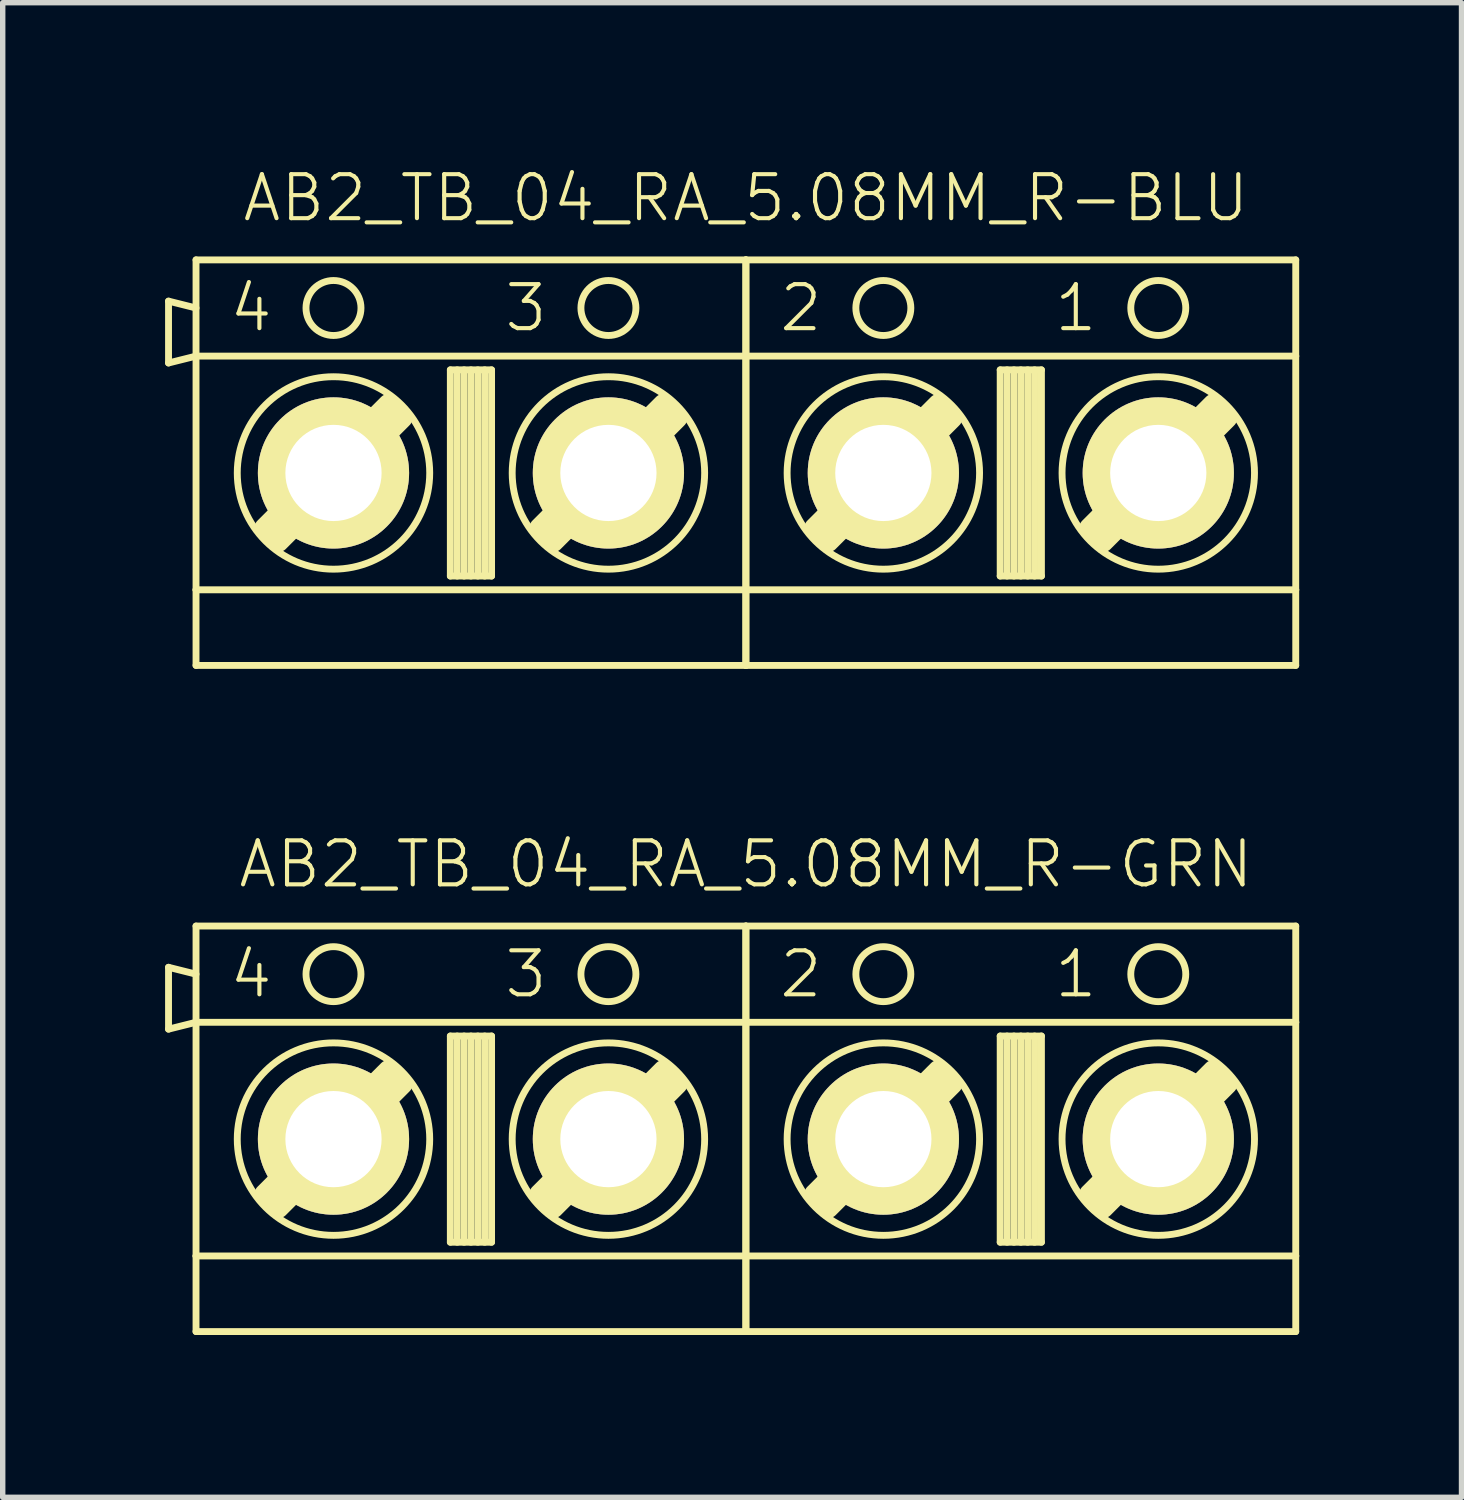
<source format=kicad_pcb>
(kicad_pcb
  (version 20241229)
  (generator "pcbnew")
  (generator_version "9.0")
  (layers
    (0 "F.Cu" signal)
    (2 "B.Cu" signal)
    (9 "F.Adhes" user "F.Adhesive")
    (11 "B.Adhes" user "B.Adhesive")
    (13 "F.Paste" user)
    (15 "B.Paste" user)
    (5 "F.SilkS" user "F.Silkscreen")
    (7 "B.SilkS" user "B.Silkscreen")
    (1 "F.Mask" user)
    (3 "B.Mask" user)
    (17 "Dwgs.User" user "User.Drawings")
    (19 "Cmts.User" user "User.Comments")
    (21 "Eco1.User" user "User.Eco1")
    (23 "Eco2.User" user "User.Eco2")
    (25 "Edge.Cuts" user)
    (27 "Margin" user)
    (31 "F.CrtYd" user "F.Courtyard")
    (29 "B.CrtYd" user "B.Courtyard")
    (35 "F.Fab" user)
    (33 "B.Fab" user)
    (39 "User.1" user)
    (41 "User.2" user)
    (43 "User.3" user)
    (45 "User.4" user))
  (footprint "AB2_TB_04_RA_5.08MM_R-GRN"
    (layer "F.Cu")
    (at 10.732 17.998)
    (property "Reference" "AB2_TB_04_RA_5.08MM_R-GRN" (at 0 -5.08 0) (layer "F.SilkS") (effects (font (size 0.813 0.813) (thickness 0.076))))
    (attr through_hole)
    (fp_line (start -10.668 -3.175) (end -10.16 -3.048) (stroke (width 0.127) (type solid)) (layer "F.SilkS"))
    (fp_line (start -10.668 -2.032) (end -10.668 -3.175) (stroke (width 0.127) (type solid)) (layer "F.SilkS"))
    (fp_line (start -10.16 -3.937) (end 0 -3.937) (stroke (width 0.127) (type solid)) (layer "F.SilkS"))
    (fp_line (start -10.16 -2.159) (end -10.668 -2.032) (stroke (width 0.127) (type solid)) (layer "F.SilkS"))
    (fp_line (start -10.16 -2.159) (end -10.16 -3.937) (stroke (width 0.127) (type solid)) (layer "F.SilkS"))
    (fp_line (start -10.16 -2.159) (end 0 -2.159) (stroke (width 0.127) (type solid)) (layer "F.SilkS"))
    (fp_line (start -10.16 2.159) (end -10.16 -2.159) (stroke (width 0.127) (type solid)) (layer "F.SilkS"))
    (fp_line (start -10.16 2.159) (end -10.16 3.556) (stroke (width 0.127) (type solid)) (layer "F.SilkS"))
    (fp_line (start -10.16 3.556) (end 0 3.556) (stroke (width 0.127) (type solid)) (layer "F.SilkS"))
    (fp_line (start -8.89 1.016) (end -6.604 -1.27) (stroke (width 0.381) (type solid)) (layer "F.SilkS"))
    (fp_line (start -8.763 1.143) (end -6.477 -1.143) (stroke (width 0.381) (type solid)) (layer "F.SilkS"))
    (fp_line (start -6.35 -1.016) (end -8.636 1.27) (stroke (width 0.381) (type solid)) (layer "F.SilkS"))
    (fp_line (start -5.461 -1.905) (end -4.699 -1.905) (stroke (width 0.127) (type solid)) (layer "F.SilkS"))
    (fp_line (start -5.461 1.905) (end -5.461 -1.905) (stroke (width 0.127) (type solid)) (layer "F.SilkS"))
    (fp_line (start -5.334 -1.905) (end -5.334 1.905) (stroke (width 0.127) (type solid)) (layer "F.SilkS"))
    (fp_line (start -5.207 -1.905) (end -5.207 1.905) (stroke (width 0.127) (type solid)) (layer "F.SilkS"))
    (fp_line (start -5.08 -1.905) (end -5.08 1.905) (stroke (width 0.127) (type solid)) (layer "F.SilkS"))
    (fp_line (start -4.953 -1.905) (end -4.953 1.905) (stroke (width 0.127) (type solid)) (layer "F.SilkS"))
    (fp_line (start -4.826 -1.905) (end -4.826 1.905) (stroke (width 0.127) (type solid)) (layer "F.SilkS"))
    (fp_line (start -4.699 -1.905) (end -4.699 1.905) (stroke (width 0.127) (type solid)) (layer "F.SilkS"))
    (fp_line (start -4.699 1.905) (end -5.461 1.905) (stroke (width 0.127) (type solid)) (layer "F.SilkS"))
    (fp_line (start -3.81 1.016) (end -1.524 -1.27) (stroke (width 0.381) (type solid)) (layer "F.SilkS"))
    (fp_line (start -3.683 1.143) (end -1.397 -1.143) (stroke (width 0.381) (type solid)) (layer "F.SilkS"))
    (fp_line (start -1.27 -1.016) (end -3.556 1.27) (stroke (width 0.381) (type solid)) (layer "F.SilkS"))
    (fp_line (start 0 -3.937) (end 0 -2.159) (stroke (width 0.127) (type solid)) (layer "F.SilkS"))
    (fp_line (start 0 -3.937) (end 10.16 -3.937) (stroke (width 0.127) (type solid)) (layer "F.SilkS"))
    (fp_line (start 0 -2.159) (end 0 -3.937) (stroke (width 0.127) (type solid)) (layer "F.SilkS"))
    (fp_line (start 0 -2.159) (end 0 2.159) (stroke (width 0.127) (type solid)) (layer "F.SilkS"))
    (fp_line (start 0 -2.159) (end 10.16 -2.159) (stroke (width 0.127) (type solid)) (layer "F.SilkS"))
    (fp_line (start 0 2.159) (end -10.16 2.159) (stroke (width 0.127) (type solid)) (layer "F.SilkS"))
    (fp_line (start 0 2.159) (end 0 -2.159) (stroke (width 0.127) (type solid)) (layer "F.SilkS"))
    (fp_line (start 0 2.159) (end 0 3.556) (stroke (width 0.127) (type solid)) (layer "F.SilkS"))
    (fp_line (start 0 3.556) (end 0 2.159) (stroke (width 0.127) (type solid)) (layer "F.SilkS"))
    (fp_line (start 0 3.556) (end 10.16 3.556) (stroke (width 0.127) (type solid)) (layer "F.SilkS"))
    (fp_line (start 1.27 1.016) (end 3.556 -1.27) (stroke (width 0.381) (type solid)) (layer "F.SilkS"))
    (fp_line (start 1.397 1.143) (end 3.683 -1.143) (stroke (width 0.381) (type solid)) (layer "F.SilkS"))
    (fp_line (start 3.81 -1.016) (end 1.524 1.27) (stroke (width 0.381) (type solid)) (layer "F.SilkS"))
    (fp_line (start 4.699 -1.905) (end 5.461 -1.905) (stroke (width 0.127) (type solid)) (layer "F.SilkS"))
    (fp_line (start 4.699 1.905) (end 4.699 -1.905) (stroke (width 0.127) (type solid)) (layer "F.SilkS"))
    (fp_line (start 4.826 -1.905) (end 4.826 1.905) (stroke (width 0.127) (type solid)) (layer "F.SilkS"))
    (fp_line (start 4.953 -1.905) (end 4.953 1.905) (stroke (width 0.127) (type solid)) (layer "F.SilkS"))
    (fp_line (start 5.08 -1.905) (end 5.08 1.905) (stroke (width 0.127) (type solid)) (layer "F.SilkS"))
    (fp_line (start 5.207 -1.905) (end 5.207 1.905) (stroke (width 0.127) (type solid)) (layer "F.SilkS"))
    (fp_line (start 5.334 -1.905) (end 5.334 1.905) (stroke (width 0.127) (type solid)) (layer "F.SilkS"))
    (fp_line (start 5.461 -1.905) (end 5.461 1.905) (stroke (width 0.127) (type solid)) (layer "F.SilkS"))
    (fp_line (start 5.461 1.905) (end 4.699 1.905) (stroke (width 0.127) (type solid)) (layer "F.SilkS"))
    (fp_line (start 6.35 1.016) (end 8.636 -1.27) (stroke (width 0.381) (type solid)) (layer "F.SilkS"))
    (fp_line (start 6.477 1.143) (end 8.763 -1.143) (stroke (width 0.381) (type solid)) (layer "F.SilkS"))
    (fp_line (start 8.89 -1.016) (end 6.604 1.27) (stroke (width 0.381) (type solid)) (layer "F.SilkS"))
    (fp_line (start 10.16 -3.937) (end 10.16 -2.159) (stroke (width 0.127) (type solid)) (layer "F.SilkS"))
    (fp_line (start 10.16 -2.159) (end 10.16 2.159) (stroke (width 0.127) (type solid)) (layer "F.SilkS"))
    (fp_line (start 10.16 2.159) (end 0 2.159) (stroke (width 0.127) (type solid)) (layer "F.SilkS"))
    (fp_line (start 10.16 3.556) (end 10.16 2.159) (stroke (width 0.127) (type solid)) (layer "F.SilkS"))
    (fp_circle (center -7.62 -3.048) (end -7.62 -3.556) (stroke (width 0.127) (type solid)) (fill no) (layer "F.SilkS"))
    (fp_circle (center -7.62 0) (end -7.62 -1.778) (stroke (width 0.127) (type solid)) (fill no) (layer "F.SilkS"))
    (fp_circle (center -2.54 -3.048) (end -2.54 -3.556) (stroke (width 0.127) (type solid)) (fill no) (layer "F.SilkS"))
    (fp_circle (center -2.54 0) (end -2.54 -1.778) (stroke (width 0.127) (type solid)) (fill no) (layer "F.SilkS"))
    (fp_circle (center 2.54 -3.048) (end 2.54 -3.556) (stroke (width 0.127) (type solid)) (fill no) (layer "F.SilkS"))
    (fp_circle (center 2.54 0) (end 2.54 -1.778) (stroke (width 0.127) (type solid)) (fill no) (layer "F.SilkS"))
    (fp_circle (center 7.62 -3.048) (end 7.62 -3.556) (stroke (width 0.127) (type solid)) (fill no) (layer "F.SilkS"))
    (fp_circle (center 7.62 0) (end 7.62 -1.778) (stroke (width 0.127) (type solid)) (fill no) (layer "F.SilkS"))
    (fp_text user "4" (at -9.144 -3.048 0) (layer "F.SilkS") (effects (font (size 0.813 0.813) (thickness 0.076))))
    (fp_text user "3" (at -4.064 -3.048 0) (layer "F.SilkS") (effects (font (size 0.813 0.813) (thickness 0.076))))
    (fp_text user "2" (at 1.016 -3.048 0) (layer "F.SilkS") (effects (font (size 0.813 0.813) (thickness 0.076))))
    (fp_text user "1" (at 6.096 -3.048 0) (layer "F.SilkS") (effects (font (size 0.813 0.813) (thickness 0.076))))
    (pad "1" thru_hole circle (at 7.62 0) (size 2.794 2.794) (drill 1.778) (layers "*.Cu" "*.Mask" "F.SilkS"))
    (pad "2" thru_hole circle (at 2.54 0) (size 2.794 2.794) (drill 1.778) (layers "*.Cu" "*.Mask" "F.SilkS"))
    (pad "3" thru_hole circle (at -2.54 0) (size 2.794 2.794) (drill 1.778) (layers "*.Cu" "*.Mask" "F.SilkS"))
    (pad "4" thru_hole circle (at -7.62 0) (size 2.794 2.794) (drill 1.778) (layers "*.Cu" "*.Mask" "F.SilkS")))
  (footprint "AB2_TB_04_RA_5.08MM_R-BLU"
    (layer "F.Cu")
    (at 10.732 5.689)
    (property "Reference" "AB2_TB_04_RA_5.08MM_R-BLU" (at 0 -5.08 0) (layer "F.SilkS") (effects (font (size 0.813 0.813) (thickness 0.076))))
    (attr through_hole)
    (fp_line (start -10.668 -3.175) (end -10.16 -3.048) (stroke (width 0.127) (type solid)) (layer "F.SilkS"))
    (fp_line (start -10.668 -2.032) (end -10.668 -3.175) (stroke (width 0.127) (type solid)) (layer "F.SilkS"))
    (fp_line (start -10.16 -3.937) (end 0 -3.937) (stroke (width 0.127) (type solid)) (layer "F.SilkS"))
    (fp_line (start -10.16 -2.159) (end -10.668 -2.032) (stroke (width 0.127) (type solid)) (layer "F.SilkS"))
    (fp_line (start -10.16 -2.159) (end -10.16 -3.937) (stroke (width 0.127) (type solid)) (layer "F.SilkS"))
    (fp_line (start -10.16 -2.159) (end 0 -2.159) (stroke (width 0.127) (type solid)) (layer "F.SilkS"))
    (fp_line (start -10.16 2.159) (end -10.16 -2.159) (stroke (width 0.127) (type solid)) (layer "F.SilkS"))
    (fp_line (start -10.16 2.159) (end -10.16 3.556) (stroke (width 0.127) (type solid)) (layer "F.SilkS"))
    (fp_line (start -10.16 3.556) (end 0 3.556) (stroke (width 0.127) (type solid)) (layer "F.SilkS"))
    (fp_line (start -8.89 1.016) (end -6.604 -1.27) (stroke (width 0.381) (type solid)) (layer "F.SilkS"))
    (fp_line (start -8.763 1.143) (end -6.477 -1.143) (stroke (width 0.381) (type solid)) (layer "F.SilkS"))
    (fp_line (start -6.35 -1.016) (end -8.636 1.27) (stroke (width 0.381) (type solid)) (layer "F.SilkS"))
    (fp_line (start -5.461 -1.905) (end -4.699 -1.905) (stroke (width 0.127) (type solid)) (layer "F.SilkS"))
    (fp_line (start -5.461 1.905) (end -5.461 -1.905) (stroke (width 0.127) (type solid)) (layer "F.SilkS"))
    (fp_line (start -5.334 -1.905) (end -5.334 1.905) (stroke (width 0.127) (type solid)) (layer "F.SilkS"))
    (fp_line (start -5.207 -1.905) (end -5.207 1.905) (stroke (width 0.127) (type solid)) (layer "F.SilkS"))
    (fp_line (start -5.08 -1.905) (end -5.08 1.905) (stroke (width 0.127) (type solid)) (layer "F.SilkS"))
    (fp_line (start -4.953 -1.905) (end -4.953 1.905) (stroke (width 0.127) (type solid)) (layer "F.SilkS"))
    (fp_line (start -4.826 -1.905) (end -4.826 1.905) (stroke (width 0.127) (type solid)) (layer "F.SilkS"))
    (fp_line (start -4.699 -1.905) (end -4.699 1.905) (stroke (width 0.127) (type solid)) (layer "F.SilkS"))
    (fp_line (start -4.699 1.905) (end -5.461 1.905) (stroke (width 0.127) (type solid)) (layer "F.SilkS"))
    (fp_line (start -3.81 1.016) (end -1.524 -1.27) (stroke (width 0.381) (type solid)) (layer "F.SilkS"))
    (fp_line (start -3.683 1.143) (end -1.397 -1.143) (stroke (width 0.381) (type solid)) (layer "F.SilkS"))
    (fp_line (start -1.27 -1.016) (end -3.556 1.27) (stroke (width 0.381) (type solid)) (layer "F.SilkS"))
    (fp_line (start 0 -3.937) (end 0 -2.159) (stroke (width 0.127) (type solid)) (layer "F.SilkS"))
    (fp_line (start 0 -3.937) (end 10.16 -3.937) (stroke (width 0.127) (type solid)) (layer "F.SilkS"))
    (fp_line (start 0 -2.159) (end 0 -3.937) (stroke (width 0.127) (type solid)) (layer "F.SilkS"))
    (fp_line (start 0 -2.159) (end 0 2.159) (stroke (width 0.127) (type solid)) (layer "F.SilkS"))
    (fp_line (start 0 -2.159) (end 10.16 -2.159) (stroke (width 0.127) (type solid)) (layer "F.SilkS"))
    (fp_line (start 0 2.159) (end -10.16 2.159) (stroke (width 0.127) (type solid)) (layer "F.SilkS"))
    (fp_line (start 0 2.159) (end 0 -2.159) (stroke (width 0.127) (type solid)) (layer "F.SilkS"))
    (fp_line (start 0 2.159) (end 0 3.556) (stroke (width 0.127) (type solid)) (layer "F.SilkS"))
    (fp_line (start 0 3.556) (end 0 2.159) (stroke (width 0.127) (type solid)) (layer "F.SilkS"))
    (fp_line (start 0 3.556) (end 10.16 3.556) (stroke (width 0.127) (type solid)) (layer "F.SilkS"))
    (fp_line (start 1.27 1.016) (end 3.556 -1.27) (stroke (width 0.381) (type solid)) (layer "F.SilkS"))
    (fp_line (start 1.397 1.143) (end 3.683 -1.143) (stroke (width 0.381) (type solid)) (layer "F.SilkS"))
    (fp_line (start 3.81 -1.016) (end 1.524 1.27) (stroke (width 0.381) (type solid)) (layer "F.SilkS"))
    (fp_line (start 4.699 -1.905) (end 5.461 -1.905) (stroke (width 0.127) (type solid)) (layer "F.SilkS"))
    (fp_line (start 4.699 1.905) (end 4.699 -1.905) (stroke (width 0.127) (type solid)) (layer "F.SilkS"))
    (fp_line (start 4.826 -1.905) (end 4.826 1.905) (stroke (width 0.127) (type solid)) (layer "F.SilkS"))
    (fp_line (start 4.953 -1.905) (end 4.953 1.905) (stroke (width 0.127) (type solid)) (layer "F.SilkS"))
    (fp_line (start 5.08 -1.905) (end 5.08 1.905) (stroke (width 0.127) (type solid)) (layer "F.SilkS"))
    (fp_line (start 5.207 -1.905) (end 5.207 1.905) (stroke (width 0.127) (type solid)) (layer "F.SilkS"))
    (fp_line (start 5.334 -1.905) (end 5.334 1.905) (stroke (width 0.127) (type solid)) (layer "F.SilkS"))
    (fp_line (start 5.461 -1.905) (end 5.461 1.905) (stroke (width 0.127) (type solid)) (layer "F.SilkS"))
    (fp_line (start 5.461 1.905) (end 4.699 1.905) (stroke (width 0.127) (type solid)) (layer "F.SilkS"))
    (fp_line (start 6.35 1.016) (end 8.636 -1.27) (stroke (width 0.381) (type solid)) (layer "F.SilkS"))
    (fp_line (start 6.477 1.143) (end 8.763 -1.143) (stroke (width 0.381) (type solid)) (layer "F.SilkS"))
    (fp_line (start 8.89 -1.016) (end 6.604 1.27) (stroke (width 0.381) (type solid)) (layer "F.SilkS"))
    (fp_line (start 10.16 -3.937) (end 10.16 -2.159) (stroke (width 0.127) (type solid)) (layer "F.SilkS"))
    (fp_line (start 10.16 -2.159) (end 10.16 2.159) (stroke (width 0.127) (type solid)) (layer "F.SilkS"))
    (fp_line (start 10.16 2.159) (end 0 2.159) (stroke (width 0.127) (type solid)) (layer "F.SilkS"))
    (fp_line (start 10.16 3.556) (end 10.16 2.159) (stroke (width 0.127) (type solid)) (layer "F.SilkS"))
    (fp_circle (center -7.62 -3.048) (end -7.62 -3.556) (stroke (width 0.127) (type solid)) (fill no) (layer "F.SilkS"))
    (fp_circle (center -7.62 0) (end -7.62 -1.778) (stroke (width 0.127) (type solid)) (fill no) (layer "F.SilkS"))
    (fp_circle (center -2.54 -3.048) (end -2.54 -3.556) (stroke (width 0.127) (type solid)) (fill no) (layer "F.SilkS"))
    (fp_circle (center -2.54 0) (end -2.54 -1.778) (stroke (width 0.127) (type solid)) (fill no) (layer "F.SilkS"))
    (fp_circle (center 2.54 -3.048) (end 2.54 -3.556) (stroke (width 0.127) (type solid)) (fill no) (layer "F.SilkS"))
    (fp_circle (center 2.54 0) (end 2.54 -1.778) (stroke (width 0.127) (type solid)) (fill no) (layer "F.SilkS"))
    (fp_circle (center 7.62 -3.048) (end 7.62 -3.556) (stroke (width 0.127) (type solid)) (fill no) (layer "F.SilkS"))
    (fp_circle (center 7.62 0) (end 7.62 -1.778) (stroke (width 0.127) (type solid)) (fill no) (layer "F.SilkS"))
    (fp_text user "3" (at -4.064 -3.048 0) (layer "F.SilkS") (effects (font (size 0.813 0.813) (thickness 0.076))))
    (fp_text user "1" (at 6.096 -3.048 0) (layer "F.SilkS") (effects (font (size 0.813 0.813) (thickness 0.076))))
    (fp_text user "2" (at 1.016 -3.048 0) (layer "F.SilkS") (effects (font (size 0.813 0.813) (thickness 0.076))))
    (fp_text user "4" (at -9.144 -3.048 0) (layer "F.SilkS") (effects (font (size 0.813 0.813) (thickness 0.076))))
    (pad "1" thru_hole circle (at 7.62 0) (size 2.794 2.794) (drill 1.778) (layers "*.Cu" "*.Mask" "F.SilkS"))
    (pad "2" thru_hole circle (at 2.54 0) (size 2.794 2.794) (drill 1.778) (layers "*.Cu" "*.Mask" "F.SilkS"))
    (pad "3" thru_hole circle (at -2.54 0) (size 2.794 2.794) (drill 1.778) (layers "*.Cu" "*.Mask" "F.SilkS"))
    (pad "4" thru_hole circle (at -7.62 0) (size 2.794 2.794) (drill 1.778) (layers "*.Cu" "*.Mask" "F.SilkS")))
  (gr_rect
    (start -3 -3)
    (end 23.955 24.617)
    (stroke (width 0.1) (type default))
    (fill no)
    (layer "Edge.Cuts")))
</source>
